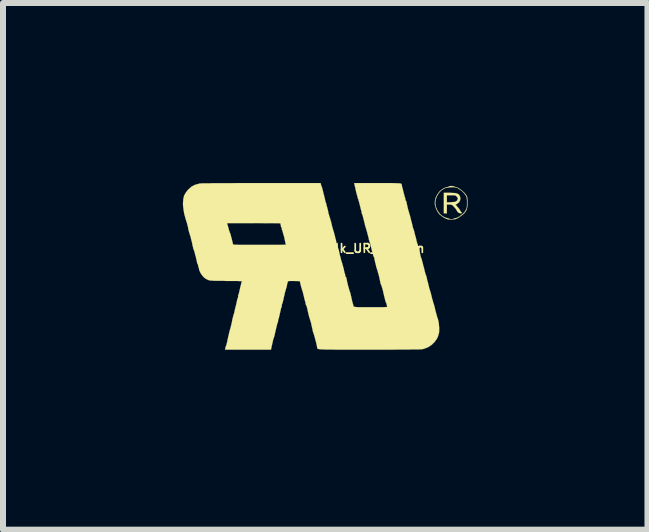
<source format=kicad_pcb>
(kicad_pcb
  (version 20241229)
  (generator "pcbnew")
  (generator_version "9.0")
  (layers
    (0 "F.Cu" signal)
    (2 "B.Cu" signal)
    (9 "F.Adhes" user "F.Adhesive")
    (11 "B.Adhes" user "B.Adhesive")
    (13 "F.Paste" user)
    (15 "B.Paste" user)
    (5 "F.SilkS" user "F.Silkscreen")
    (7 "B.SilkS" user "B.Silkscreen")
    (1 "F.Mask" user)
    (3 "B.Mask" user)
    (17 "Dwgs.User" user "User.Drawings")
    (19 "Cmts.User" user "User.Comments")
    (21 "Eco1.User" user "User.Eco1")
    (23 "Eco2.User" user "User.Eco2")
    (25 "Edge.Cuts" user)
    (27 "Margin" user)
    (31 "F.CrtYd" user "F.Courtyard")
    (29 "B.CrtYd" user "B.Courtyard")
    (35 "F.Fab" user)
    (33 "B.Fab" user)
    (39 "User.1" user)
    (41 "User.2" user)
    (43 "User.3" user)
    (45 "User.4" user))
  (footprint "Logo_silk_UR_5x3mm"
    (layer "F.Cu")
    (at 2.376 1.391)
    (property "Reference" "Logo_silk_UR_5x3mm" (at 0.5 -0.3 0) (layer "F.SilkS") (effects (font (size 0.145 0.145) (thickness 0.028))))
    (attr exclude_from_pos_files exclude_from_bom)
    (fp_poly (pts (xy 2.276 -0.894) (xy 2.268 -0.886) (xy 2.253 -0.884) (xy 2.233 -0.889) (xy 2.217 -0.897) (xy 2.212 -0.899) (xy 2.197 -0.917) (xy 2.187 -0.937) (xy 2.174 -0.958) (xy 2.154 -0.98) (xy 2.141 -0.996) (xy 2.121 -1.016) (xy 2.103 -1.026) (xy 2.085 -1.031) (xy 2.065 -1.031) (xy 2.024 -1.031) (xy 2.024 -0.958) (xy 2.024 -0.884) (xy 1.999 -0.884) (xy 1.974 -0.884) (xy 1.974 -1.057) (xy 1.974 -1.227) (xy 2.073 -1.227) (xy 2.126 -1.224) (xy 2.169 -1.222) (xy 2.197 -1.214) (xy 2.22 -1.201) (xy 2.233 -1.186) (xy 2.238 -1.179) (xy 2.25 -1.14) (xy 2.245 -1.102) (xy 2.228 -1.069) (xy 2.225 -1.069) (xy 2.207 -1.052) (xy 2.207 -1.123) (xy 2.202 -1.146) (xy 2.189 -1.163) (xy 2.179 -1.173) (xy 2.169 -1.181) (xy 2.151 -1.184) (xy 2.129 -1.186) (xy 2.098 -1.186) (xy 2.024 -1.186) (xy 2.024 -1.128) (xy 2.024 -1.067) (xy 2.088 -1.069) (xy 2.121 -1.072) (xy 2.149 -1.074) (xy 2.169 -1.079) (xy 2.172 -1.079) (xy 2.197 -1.1) (xy 2.207 -1.123) (xy 2.207 -1.052) (xy 2.189 -1.039) (xy 2.182 -1.036) (xy 2.172 -1.034) (xy 2.172 -1.029) (xy 2.177 -1.019) (xy 2.195 -1.001) (xy 2.197 -0.996) (xy 2.22 -0.97) (xy 2.238 -0.945) (xy 2.245 -0.932) (xy 2.256 -0.912) (xy 2.266 -0.902) (xy 2.268 -0.902) (xy 2.276 -0.894)) (stroke (width 0.003) (type solid)) (fill yes) (layer "F.SilkS"))
    (fp_poly (pts (xy 2.367 -1.062) (xy 2.367 -1.008) (xy 2.36 -0.965) (xy 2.36 -0.963) (xy 2.36 -1.054) (xy 2.36 -1.059) (xy 2.36 -1.1) (xy 2.357 -1.128) (xy 2.355 -1.148) (xy 2.349 -1.166) (xy 2.339 -1.181) (xy 2.337 -1.186) (xy 2.314 -1.217) (xy 2.281 -1.252) (xy 2.243 -1.28) (xy 2.207 -1.303) (xy 2.202 -1.306) (xy 2.169 -1.316) (xy 2.126 -1.321) (xy 2.08 -1.318) (xy 2.035 -1.313) (xy 1.996 -1.306) (xy 1.986 -1.3) (xy 1.935 -1.27) (xy 1.892 -1.224) (xy 1.859 -1.171) (xy 1.836 -1.107) (xy 1.831 -1.052) (xy 1.841 -0.993) (xy 1.864 -0.937) (xy 1.9 -0.884) (xy 1.913 -0.869) (xy 1.938 -0.848) (xy 1.968 -0.828) (xy 2.002 -0.813) (xy 2.029 -0.803) (xy 2.035 -0.803) (xy 2.052 -0.8) (xy 2.06 -0.795) (xy 2.07 -0.79) (xy 2.09 -0.787) (xy 2.101 -0.787) (xy 2.123 -0.79) (xy 2.139 -0.792) (xy 2.141 -0.795) (xy 2.151 -0.803) (xy 2.164 -0.803) (xy 2.192 -0.81) (xy 2.225 -0.826) (xy 2.258 -0.851) (xy 2.294 -0.879) (xy 2.322 -0.909) (xy 2.337 -0.935) (xy 2.347 -0.953) (xy 2.355 -0.968) (xy 2.357 -0.988) (xy 2.36 -1.016) (xy 2.36 -1.054) (xy 2.36 -0.963) (xy 2.347 -0.93) (xy 2.324 -0.897) (xy 2.294 -0.866) (xy 2.248 -0.833) (xy 2.238 -0.826) (xy 2.207 -0.805) (xy 2.184 -0.795) (xy 2.164 -0.787) (xy 2.136 -0.785) (xy 2.121 -0.785) (xy 2.088 -0.782) (xy 2.06 -0.782) (xy 2.04 -0.785) (xy 2.012 -0.795) (xy 1.976 -0.813) (xy 1.941 -0.836) (xy 1.91 -0.861) (xy 1.897 -0.871) (xy 1.869 -0.912) (xy 1.844 -0.96) (xy 1.829 -1.013) (xy 1.824 -1.031) (xy 1.824 -1.085) (xy 1.836 -1.14) (xy 1.862 -1.194) (xy 1.897 -1.242) (xy 1.91 -1.257) (xy 1.943 -1.283) (xy 1.976 -1.303) (xy 2.012 -1.318) (xy 2.037 -1.323) (xy 2.052 -1.328) (xy 2.06 -1.331) (xy 2.07 -1.339) (xy 2.09 -1.339) (xy 2.116 -1.339) (xy 2.136 -1.336) (xy 2.144 -1.333) (xy 2.159 -1.326) (xy 2.184 -1.318) (xy 2.189 -1.316) (xy 2.217 -1.306) (xy 2.25 -1.283) (xy 2.283 -1.257) (xy 2.316 -1.227) (xy 2.339 -1.199) (xy 2.349 -1.184) (xy 2.36 -1.163) (xy 2.365 -1.143) (xy 2.367 -1.118) (xy 2.367 -1.082) (xy 2.367 -1.062)) (stroke (width 0.003) (type solid)) (fill yes) (layer "F.SilkS"))
    (fp_poly (pts (xy 1.897 1.029) (xy 1.895 1.102) (xy 1.877 1.166) (xy 1.859 1.206) (xy 1.819 1.262) (xy 1.768 1.311) (xy 1.709 1.349) (xy 1.643 1.374) (xy 1.613 1.382) (xy 1.595 1.382) (xy 1.565 1.384) (xy 1.519 1.384) (xy 1.458 1.384) (xy 1.384 1.387) (xy 1.3 1.387) (xy 1.201 1.387) (xy 1.095 1.389) (xy 0.975 1.389) (xy 0.848 1.389) (xy 0.724 1.389) (xy 0.587 1.389) (xy 0.465 1.389) (xy 0.358 1.389) (xy 0.264 1.389) (xy 0.183 1.389) (xy 0.112 1.387) (xy 0.053 1.387) (xy 0.005 1.387) (xy -0.033 1.384) (xy -0.064 1.384) (xy -0.089 1.382) (xy -0.107 1.379) (xy -0.119 1.377) (xy -0.13 1.374) (xy -0.135 1.372) (xy -0.137 1.367) (xy -0.137 1.364) (xy -0.137 1.359) (xy -0.137 1.356) (xy -0.14 1.344) (xy -0.145 1.316) (xy -0.152 1.283) (xy -0.163 1.242) (xy -0.173 1.204) (xy -0.183 1.166) (xy -0.191 1.138) (xy -0.198 1.118) (xy -0.198 1.115) (xy -0.206 1.095) (xy -0.211 1.082) (xy -0.211 1.079) (xy -0.213 1.067) (xy -0.218 1.041) (xy -0.226 1.008) (xy -0.234 0.973) (xy -0.241 0.937) (xy -0.251 0.909) (xy -0.257 0.886) (xy -0.259 0.881) (xy -0.264 0.864) (xy -0.274 0.833) (xy -0.284 0.792) (xy -0.295 0.744) (xy -0.307 0.688) (xy -0.315 0.663) (xy -0.323 0.645) (xy -0.325 0.64) (xy -0.33 0.635) (xy -0.33 0.627) (xy -0.333 0.607) (xy -0.335 0.599) (xy -0.338 0.587) (xy -0.345 0.564) (xy -0.353 0.531) (xy -0.361 0.495) (xy -0.371 0.457) (xy -0.378 0.424) (xy -0.386 0.401) (xy -0.391 0.391) (xy -0.396 0.378) (xy -0.394 0.373) (xy -0.394 0.366) (xy -0.396 0.363) (xy -0.401 0.356) (xy -0.406 0.335) (xy -0.414 0.307) (xy -0.414 0.305) (xy -0.427 0.246) (xy -0.526 0.244) (xy -0.566 0.244) (xy -0.594 0.244) (xy -0.615 0.246) (xy -0.625 0.254) (xy -0.632 0.269) (xy -0.638 0.295) (xy -0.643 0.32) (xy -0.648 0.345) (xy -0.653 0.366) (xy -0.655 0.368) (xy -0.655 -0.361) (xy -0.665 -0.373) (xy -0.665 -0.378) (xy -0.668 -0.391) (xy -0.673 -0.419) (xy -0.681 -0.452) (xy -0.688 -0.49) (xy -0.699 -0.526) (xy -0.709 -0.561) (xy -0.716 -0.587) (xy -0.721 -0.605) (xy -0.724 -0.607) (xy -0.729 -0.622) (xy -0.726 -0.63) (xy -0.726 -0.64) (xy -0.729 -0.64) (xy -0.734 -0.648) (xy -0.742 -0.665) (xy -0.744 -0.681) (xy -0.752 -0.719) (xy -1.196 -0.721) (xy -1.641 -0.721) (xy -1.618 -0.643) (xy -1.61 -0.61) (xy -1.6 -0.582) (xy -1.595 -0.564) (xy -1.593 -0.559) (xy -1.587 -0.551) (xy -1.582 -0.531) (xy -1.577 -0.511) (xy -1.567 -0.475) (xy -1.557 -0.437) (xy -1.554 -0.422) (xy -1.547 -0.396) (xy -1.542 -0.373) (xy -1.539 -0.366) (xy -1.534 -0.363) (xy -1.524 -0.363) (xy -1.504 -0.361) (xy -1.476 -0.361) (xy -1.438 -0.358) (xy -1.387 -0.358) (xy -1.326 -0.358) (xy -1.25 -0.358) (xy -1.161 -0.358) (xy -1.09 -0.358) (xy -1.008 -0.358) (xy -0.93 -0.358) (xy -0.859 -0.358) (xy -0.798 -0.358) (xy -0.744 -0.358) (xy -0.701 -0.361) (xy -0.673 -0.361) (xy -0.658 -0.361) (xy -0.655 -0.361) (xy -0.655 0.368) (xy -0.658 0.373) (xy -0.66 0.381) (xy -0.665 0.404) (xy -0.676 0.437) (xy -0.683 0.475) (xy -0.691 0.503) (xy -0.699 0.546) (xy -0.709 0.584) (xy -0.716 0.612) (xy -0.724 0.63) (xy -0.724 0.635) (xy -0.729 0.645) (xy -0.729 0.65) (xy -0.726 0.665) (xy -0.729 0.671) (xy -0.734 0.681) (xy -0.742 0.704) (xy -0.749 0.737) (xy -0.757 0.775) (xy -0.759 0.78) (xy -0.767 0.818) (xy -0.775 0.851) (xy -0.782 0.876) (xy -0.787 0.886) (xy -0.787 0.889) (xy -0.79 0.902) (xy -0.79 0.907) (xy -0.79 0.922) (xy -0.792 0.927) (xy -0.798 0.94) (xy -0.805 0.963) (xy -0.813 0.996) (xy -0.823 1.036) (xy -0.828 1.057) (xy -0.838 1.1) (xy -0.846 1.138) (xy -0.853 1.166) (xy -0.859 1.186) (xy -0.861 1.189) (xy -0.866 1.204) (xy -0.874 1.232) (xy -0.881 1.265) (xy -0.884 1.28) (xy -0.892 1.313) (xy -0.899 1.344) (xy -0.904 1.367) (xy -0.904 1.372) (xy -0.909 1.389) (xy -1.293 1.389) (xy -1.674 1.389) (xy -1.669 1.361) (xy -1.664 1.341) (xy -1.659 1.328) (xy -1.656 1.328) (xy -1.654 1.318) (xy -1.648 1.293) (xy -1.638 1.26) (xy -1.631 1.219) (xy -1.621 1.173) (xy -1.61 1.128) (xy -1.603 1.097) (xy -1.598 1.074) (xy -1.593 1.062) (xy -1.593 1.059) (xy -1.59 1.049) (xy -1.582 1.026) (xy -1.575 0.993) (xy -1.565 0.953) (xy -1.56 0.93) (xy -1.552 0.886) (xy -1.542 0.846) (xy -1.534 0.815) (xy -1.529 0.795) (xy -1.527 0.792) (xy -1.521 0.777) (xy -1.516 0.752) (xy -1.509 0.716) (xy -1.499 0.676) (xy -1.494 0.658) (xy -1.483 0.615) (xy -1.476 0.577) (xy -1.468 0.544) (xy -1.46 0.526) (xy -1.46 0.521) (xy -1.455 0.505) (xy -1.455 0.498) (xy -1.458 0.488) (xy -1.455 0.483) (xy -1.45 0.472) (xy -1.443 0.45) (xy -1.435 0.417) (xy -1.427 0.378) (xy -1.425 0.373) (xy -1.417 0.333) (xy -1.407 0.3) (xy -1.402 0.274) (xy -1.397 0.262) (xy -1.392 0.251) (xy -1.394 0.249) (xy -1.405 0.246) (xy -1.427 0.246) (xy -1.463 0.244) (xy -1.509 0.244) (xy -1.562 0.244) (xy -1.623 0.244) (xy -1.646 0.244) (xy -1.709 0.241) (xy -1.77 0.241) (xy -1.824 0.241) (xy -1.872 0.239) (xy -1.908 0.236) (xy -1.93 0.236) (xy -1.933 0.234) (xy -1.976 0.218) (xy -2.019 0.191) (xy -2.055 0.152) (xy -2.085 0.107) (xy -2.106 0.058) (xy -2.108 0.041) (xy -2.113 0.02) (xy -2.118 0.005) (xy -2.121 0.003) (xy -2.123 -0.005) (xy -2.123 -0.015) (xy -2.123 -0.028) (xy -2.126 -0.03) (xy -2.134 -0.038) (xy -2.139 -0.056) (xy -2.139 -0.058) (xy -2.146 -0.089) (xy -2.154 -0.127) (xy -2.164 -0.168) (xy -2.174 -0.203) (xy -2.182 -0.236) (xy -2.189 -0.259) (xy -2.192 -0.269) (xy -2.2 -0.284) (xy -2.205 -0.305) (xy -2.205 -0.307) (xy -2.215 -0.345) (xy -2.223 -0.389) (xy -2.233 -0.429) (xy -2.243 -0.467) (xy -2.25 -0.498) (xy -2.258 -0.518) (xy -2.258 -0.523) (xy -2.263 -0.536) (xy -2.271 -0.564) (xy -2.281 -0.597) (xy -2.289 -0.638) (xy -2.291 -0.65) (xy -2.301 -0.691) (xy -2.311 -0.729) (xy -2.322 -0.762) (xy -2.327 -0.78) (xy -2.329 -0.782) (xy -2.339 -0.82) (xy -2.352 -0.866) (xy -2.362 -0.919) (xy -2.37 -0.975) (xy -2.375 -1.026) (xy -2.375 -1.057) (xy -2.37 -1.123) (xy -2.357 -1.179) (xy -2.329 -1.229) (xy -2.291 -1.278) (xy -2.283 -1.285) (xy -2.23 -1.331) (xy -2.172 -1.361) (xy -2.103 -1.379) (xy -2.101 -1.382) (xy -2.085 -1.382) (xy -2.052 -1.384) (xy -2.007 -1.384) (xy -1.943 -1.384) (xy -1.869 -1.387) (xy -1.778 -1.387) (xy -1.676 -1.387) (xy -1.562 -1.387) (xy -1.433 -1.389) (xy -1.295 -1.389) (xy -1.146 -1.389) (xy -1.067 -1.389) (xy -0.081 -1.389) (xy -0.076 -1.367) (xy -0.069 -1.346) (xy -0.066 -1.336) (xy -0.061 -1.321) (xy -0.058 -1.321) (xy -0.056 -1.306) (xy -0.053 -1.3) (xy -0.051 -1.288) (xy -0.043 -1.262) (xy -0.036 -1.229) (xy -0.025 -1.189) (xy -0.023 -1.181) (xy -0.013 -1.14) (xy -0.005 -1.105) (xy 0 -1.077) (xy 0.008 -1.062) (xy 0.008 -1.059) (xy 0.013 -1.046) (xy 0.018 -1.019) (xy 0.028 -0.986) (xy 0.038 -0.945) (xy 0.041 -0.937) (xy 0.048 -0.897) (xy 0.058 -0.861) (xy 0.066 -0.833) (xy 0.071 -0.818) (xy 0.071 -0.815) (xy 0.076 -0.803) (xy 0.084 -0.775) (xy 0.094 -0.742) (xy 0.104 -0.701) (xy 0.104 -0.699) (xy 0.114 -0.658) (xy 0.124 -0.622) (xy 0.132 -0.597) (xy 0.137 -0.582) (xy 0.137 -0.579) (xy 0.142 -0.566) (xy 0.147 -0.541) (xy 0.157 -0.508) (xy 0.165 -0.472) (xy 0.175 -0.437) (xy 0.18 -0.406) (xy 0.185 -0.386) (xy 0.185 -0.381) (xy 0.188 -0.368) (xy 0.196 -0.348) (xy 0.198 -0.345) (xy 0.203 -0.328) (xy 0.213 -0.3) (xy 0.224 -0.262) (xy 0.234 -0.218) (xy 0.234 -0.213) (xy 0.244 -0.173) (xy 0.254 -0.14) (xy 0.259 -0.112) (xy 0.264 -0.097) (xy 0.269 -0.081) (xy 0.272 -0.076) (xy 0.274 -0.061) (xy 0.277 -0.056) (xy 0.282 -0.043) (xy 0.287 -0.018) (xy 0.297 0.013) (xy 0.305 0.043) (xy 0.312 0.081) (xy 0.32 0.112) (xy 0.328 0.135) (xy 0.33 0.145) (xy 0.333 0.163) (xy 0.333 0.168) (xy 0.338 0.178) (xy 0.34 0.178) (xy 0.348 0.183) (xy 0.348 0.191) (xy 0.351 0.203) (xy 0.356 0.229) (xy 0.363 0.262) (xy 0.371 0.3) (xy 0.381 0.335) (xy 0.391 0.371) (xy 0.399 0.399) (xy 0.404 0.414) (xy 0.404 0.417) (xy 0.409 0.427) (xy 0.417 0.452) (xy 0.424 0.485) (xy 0.434 0.526) (xy 0.437 0.544) (xy 0.447 0.587) (xy 0.457 0.622) (xy 0.465 0.65) (xy 0.47 0.668) (xy 0.472 0.671) (xy 0.478 0.673) (xy 0.493 0.676) (xy 0.516 0.678) (xy 0.551 0.681) (xy 0.597 0.681) (xy 0.658 0.681) (xy 0.732 0.681) (xy 0.757 0.681) (xy 0.831 0.681) (xy 0.892 0.681) (xy 0.937 0.681) (xy 0.973 0.681) (xy 0.996 0.678) (xy 1.013 0.678) (xy 1.024 0.676) (xy 1.029 0.673) (xy 1.029 0.668) (xy 1.024 0.65) (xy 1.019 0.63) (xy 1.013 0.61) (xy 1.006 0.597) (xy 1.003 0.587) (xy 0.996 0.564) (xy 0.988 0.531) (xy 0.978 0.49) (xy 0.975 0.478) (xy 0.965 0.437) (xy 0.958 0.401) (xy 0.95 0.373) (xy 0.945 0.358) (xy 0.945 0.356) (xy 0.94 0.34) (xy 0.937 0.335) (xy 0.935 0.323) (xy 0.927 0.305) (xy 0.919 0.287) (xy 0.917 0.274) (xy 0.914 0.262) (xy 0.909 0.236) (xy 0.902 0.203) (xy 0.894 0.168) (xy 0.886 0.135) (xy 0.876 0.104) (xy 0.871 0.084) (xy 0.869 0.076) (xy 0.864 0.061) (xy 0.856 0.036) (xy 0.846 0.003) (xy 0.838 -0.033) (xy 0.828 -0.071) (xy 0.82 -0.107) (xy 0.815 -0.132) (xy 0.813 -0.147) (xy 0.813 -0.15) (xy 0.808 -0.16) (xy 0.805 -0.16) (xy 0.8 -0.168) (xy 0.795 -0.188) (xy 0.79 -0.208) (xy 0.772 -0.274) (xy 0.759 -0.328) (xy 0.749 -0.368) (xy 0.742 -0.394) (xy 0.739 -0.401) (xy 0.734 -0.414) (xy 0.726 -0.442) (xy 0.719 -0.475) (xy 0.709 -0.516) (xy 0.706 -0.523) (xy 0.696 -0.564) (xy 0.686 -0.599) (xy 0.678 -0.627) (xy 0.673 -0.643) (xy 0.673 -0.645) (xy 0.668 -0.658) (xy 0.66 -0.686) (xy 0.653 -0.719) (xy 0.643 -0.759) (xy 0.64 -0.767) (xy 0.63 -0.808) (xy 0.622 -0.841) (xy 0.612 -0.869) (xy 0.607 -0.881) (xy 0.602 -0.897) (xy 0.602 -0.904) (xy 0.602 -0.919) (xy 0.599 -0.922) (xy 0.597 -0.932) (xy 0.589 -0.955) (xy 0.582 -0.988) (xy 0.572 -1.024) (xy 0.564 -1.059) (xy 0.554 -1.092) (xy 0.549 -1.115) (xy 0.544 -1.125) (xy 0.538 -1.138) (xy 0.538 -1.14) (xy 0.536 -1.156) (xy 0.533 -1.161) (xy 0.531 -1.173) (xy 0.523 -1.196) (xy 0.516 -1.229) (xy 0.505 -1.267) (xy 0.498 -1.308) (xy 0.488 -1.344) (xy 0.483 -1.372) (xy 0.478 -1.389) (xy 0.866 -1.389) (xy 0.955 -1.389) (xy 1.031 -1.389) (xy 1.095 -1.389) (xy 1.146 -1.387) (xy 1.184 -1.387) (xy 1.214 -1.384) (xy 1.234 -1.384) (xy 1.25 -1.382) (xy 1.26 -1.379) (xy 1.265 -1.377) (xy 1.273 -1.361) (xy 1.275 -1.354) (xy 1.275 -1.339) (xy 1.278 -1.331) (xy 1.28 -1.318) (xy 1.288 -1.295) (xy 1.295 -1.262) (xy 1.303 -1.229) (xy 1.313 -1.194) (xy 1.321 -1.163) (xy 1.328 -1.14) (xy 1.331 -1.133) (xy 1.333 -1.118) (xy 1.333 -1.11) (xy 1.336 -1.097) (xy 1.339 -1.097) (xy 1.346 -1.09) (xy 1.349 -1.085) (xy 1.351 -1.069) (xy 1.356 -1.044) (xy 1.364 -1.011) (xy 1.372 -0.973) (xy 1.382 -0.935) (xy 1.392 -0.902) (xy 1.4 -0.874) (xy 1.405 -0.859) (xy 1.405 -0.856) (xy 1.41 -0.843) (xy 1.417 -0.815) (xy 1.425 -0.782) (xy 1.435 -0.742) (xy 1.438 -0.734) (xy 1.448 -0.693) (xy 1.455 -0.658) (xy 1.463 -0.632) (xy 1.468 -0.617) (xy 1.471 -0.617) (xy 1.473 -0.605) (xy 1.481 -0.579) (xy 1.488 -0.546) (xy 1.499 -0.505) (xy 1.504 -0.49) (xy 1.514 -0.45) (xy 1.521 -0.414) (xy 1.529 -0.389) (xy 1.534 -0.373) (xy 1.539 -0.363) (xy 1.544 -0.343) (xy 1.552 -0.315) (xy 1.562 -0.279) (xy 1.57 -0.246) (xy 1.577 -0.216) (xy 1.582 -0.191) (xy 1.585 -0.178) (xy 1.587 -0.165) (xy 1.595 -0.145) (xy 1.595 -0.142) (xy 1.603 -0.124) (xy 1.61 -0.097) (xy 1.621 -0.058) (xy 1.631 -0.015) (xy 1.636 0.003) (xy 1.648 0.046) (xy 1.656 0.086) (xy 1.666 0.117) (xy 1.671 0.137) (xy 1.674 0.142) (xy 1.679 0.155) (xy 1.687 0.18) (xy 1.694 0.216) (xy 1.704 0.257) (xy 1.707 0.264) (xy 1.717 0.305) (xy 1.725 0.34) (xy 1.732 0.368) (xy 1.737 0.384) (xy 1.74 0.386) (xy 1.742 0.399) (xy 1.75 0.424) (xy 1.76 0.46) (xy 1.77 0.5) (xy 1.77 0.503) (xy 1.781 0.544) (xy 1.791 0.579) (xy 1.798 0.605) (xy 1.803 0.62) (xy 1.808 0.635) (xy 1.816 0.66) (xy 1.824 0.696) (xy 1.834 0.737) (xy 1.836 0.747) (xy 1.847 0.787) (xy 1.857 0.823) (xy 1.864 0.848) (xy 1.869 0.864) (xy 1.869 0.866) (xy 1.875 0.876) (xy 1.88 0.899) (xy 1.887 0.932) (xy 1.89 0.95) (xy 1.897 1.029)) (stroke (width 0.003) (type solid)) (fill yes) (layer "F.SilkS")))
  (gr_rect
    (start -3 -3)
    (end 7.745 5.781)
    (stroke (width 0.1) (type default))
    (fill no)
    (layer "Edge.Cuts")))
</source>
